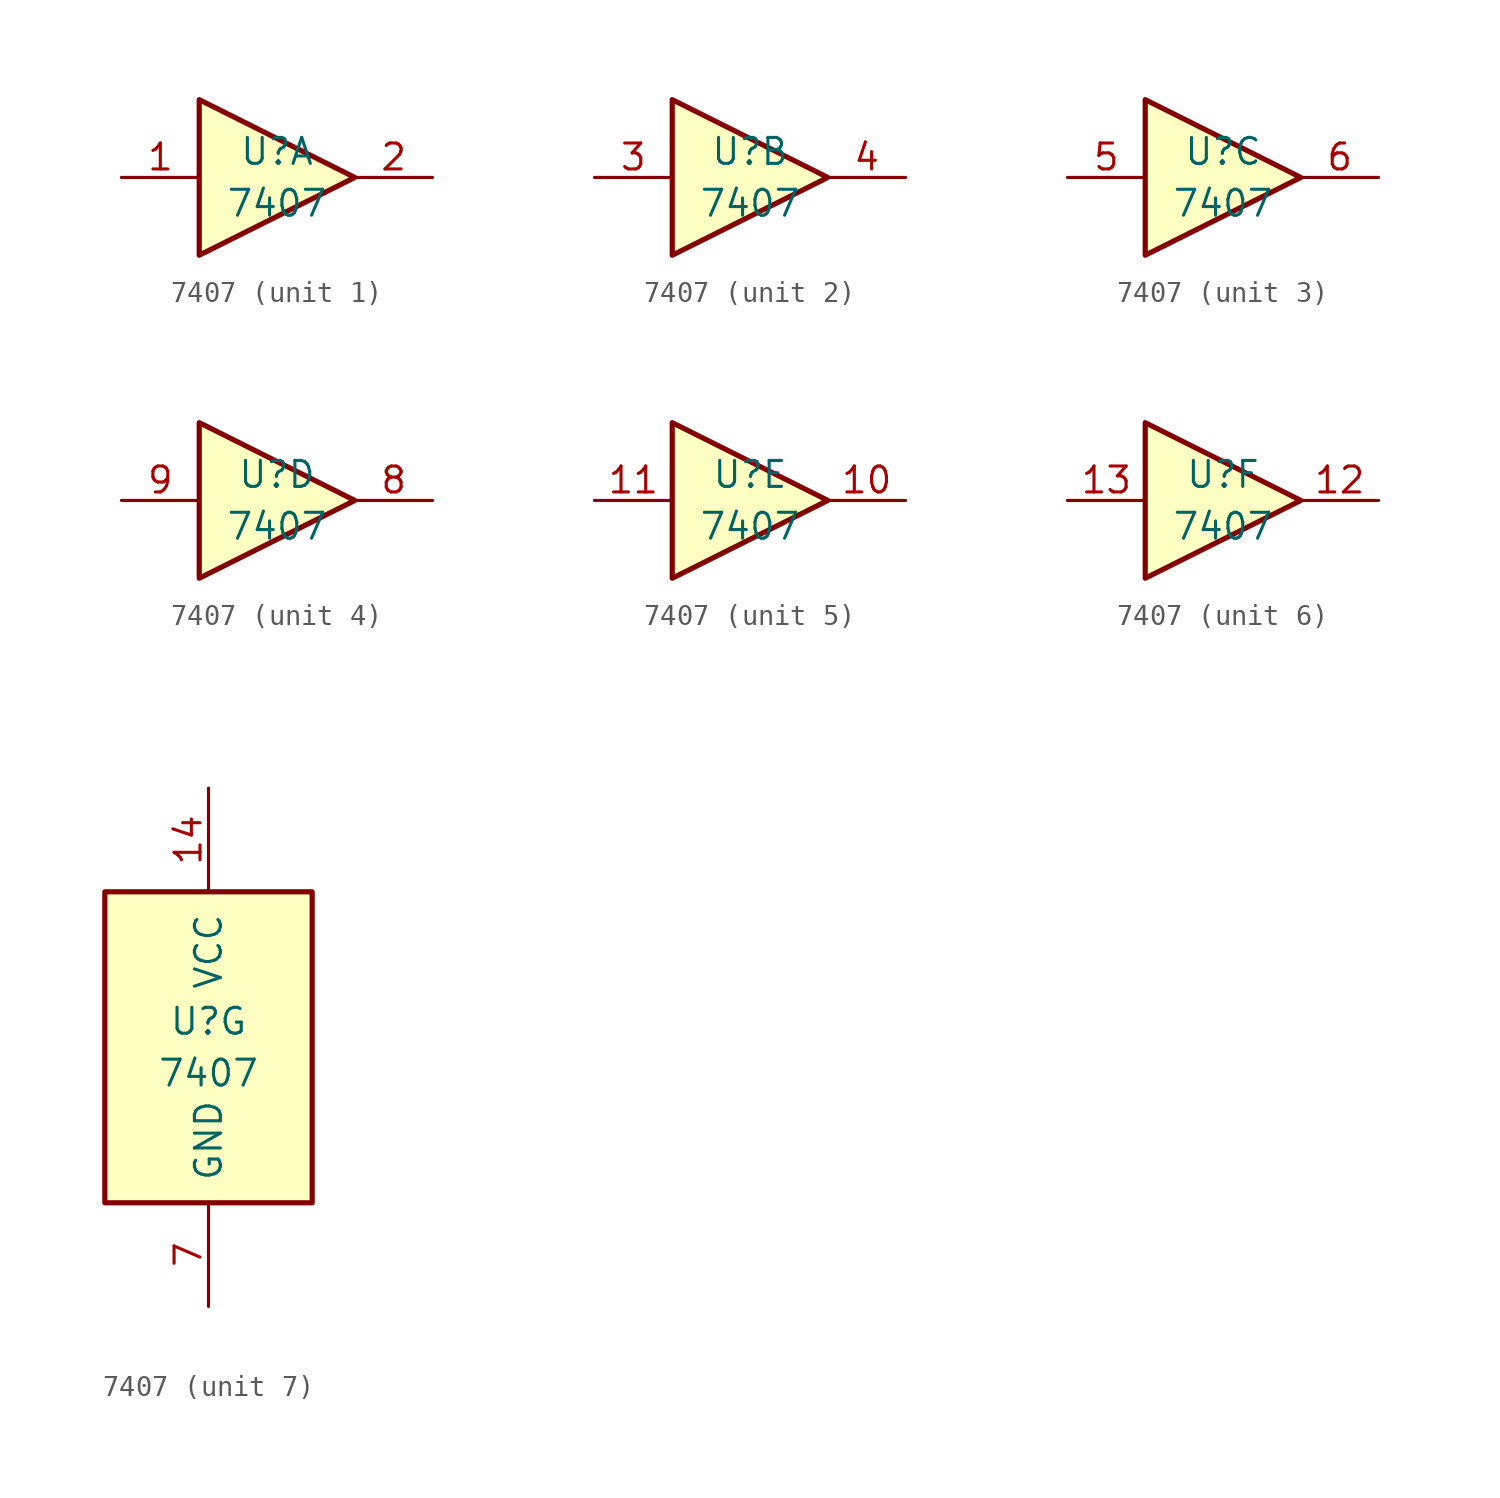
<source format=kicad_sym>
(kicad_symbol_lib
  (version 20211014)
  (generator kicad_symbol_editor)
  (symbol "7407"
    (pin_names
      (offset 1.016))
    (property "Reference" "U"
      (at 0 1.27 0)
      (effects (font (size 1.27 1.27))))
    (property "Value" "7407"
      (at 0 -1.27 0)
      (effects (font (size 1.27 1.27))))
    (property "ki_locked" ""
      (at 0 0 0)
      (effects (font (size 1.27 1.27))))
    (symbol "7407_1_0"
      (polyline (pts (xy -3.81 3.81) (xy -3.81 -3.81) (xy 3.81 0) (xy -3.81 3.81)) (stroke (width 0.254) (type default) (color 0 0 0 0)) (fill (type background)))
      (pin input line (at -7.62 0 0) (length 3.81) (name "~" (effects (font (size 1.27 1.27)))) (number "1" (effects (font (size 1.27 1.27)))))
      (pin open_collector line (at 7.62 0 180) (length 3.81) (name "~" (effects (font (size 1.27 1.27)))) (number "2" (effects (font (size 1.27 1.27))))))
    (symbol "7407_2_0"
      (polyline (pts (xy -3.81 3.81) (xy -3.81 -3.81) (xy 3.81 0) (xy -3.81 3.81)) (stroke (width 0.254) (type default) (color 0 0 0 0)) (fill (type background)))
      (pin input line (at -7.62 0 0) (length 3.81) (name "~" (effects (font (size 1.27 1.27)))) (number "3" (effects (font (size 1.27 1.27)))))
      (pin open_collector line (at 7.62 0 180) (length 3.81) (name "~" (effects (font (size 1.27 1.27)))) (number "4" (effects (font (size 1.27 1.27))))))
    (symbol "7407_3_0"
      (polyline (pts (xy -3.81 3.81) (xy -3.81 -3.81) (xy 3.81 0) (xy -3.81 3.81)) (stroke (width 0.254) (type default) (color 0 0 0 0)) (fill (type background)))
      (pin input line (at -7.62 0 0) (length 3.81) (name "~" (effects (font (size 1.27 1.27)))) (number "5" (effects (font (size 1.27 1.27)))))
      (pin open_collector line (at 7.62 0 180) (length 3.81) (name "~" (effects (font (size 1.27 1.27)))) (number "6" (effects (font (size 1.27 1.27))))))
    (symbol "7407_4_0"
      (polyline (pts (xy -3.81 3.81) (xy -3.81 -3.81) (xy 3.81 0) (xy -3.81 3.81)) (stroke (width 0.254) (type default) (color 0 0 0 0)) (fill (type background)))
      (pin open_collector line (at 7.62 0 180) (length 3.81) (name "~" (effects (font (size 1.27 1.27)))) (number "8" (effects (font (size 1.27 1.27)))))
      (pin input line (at -7.62 0 0) (length 3.81) (name "~" (effects (font (size 1.27 1.27)))) (number "9" (effects (font (size 1.27 1.27))))))
    (symbol "7407_5_0"
      (polyline (pts (xy -3.81 3.81) (xy -3.81 -3.81) (xy 3.81 0) (xy -3.81 3.81)) (stroke (width 0.254) (type default) (color 0 0 0 0)) (fill (type background)))
      (pin open_collector line (at 7.62 0 180) (length 3.81) (name "~" (effects (font (size 1.27 1.27)))) (number "10" (effects (font (size 1.27 1.27)))))
      (pin input line (at -7.62 0 0) (length 3.81) (name "~" (effects (font (size 1.27 1.27)))) (number "11" (effects (font (size 1.27 1.27))))))
    (symbol "7407_6_0"
      (polyline (pts (xy -3.81 3.81) (xy -3.81 -3.81) (xy 3.81 0) (xy -3.81 3.81)) (stroke (width 0.254) (type default) (color 0 0 0 0)) (fill (type background)))
      (pin open_collector line (at 7.62 0 180) (length 3.81) (name "~" (effects (font (size 1.27 1.27)))) (number "12" (effects (font (size 1.27 1.27)))))
      (pin input line (at -7.62 0 0) (length 3.81) (name "~" (effects (font (size 1.27 1.27)))) (number "13" (effects (font (size 1.27 1.27))))))
    (symbol "7407_7_0"
      (pin power_in line (at 0 12.7 270) (length 5.08) (name "VCC" (effects (font (size 1.27 1.27)))) (number "14" (effects (font (size 1.27 1.27)))))
      (pin power_in line (at 0 -12.7 90) (length 5.08) (name "GND" (effects (font (size 1.27 1.27)))) (number "7" (effects (font (size 1.27 1.27))))))
    (symbol "7407_7_1"
      (rectangle (start -5.08 7.62) (end 5.08 -7.62) (stroke (width 0.254) (type default) (color 0 0 0 0)) (fill (type background))))))
</source>
